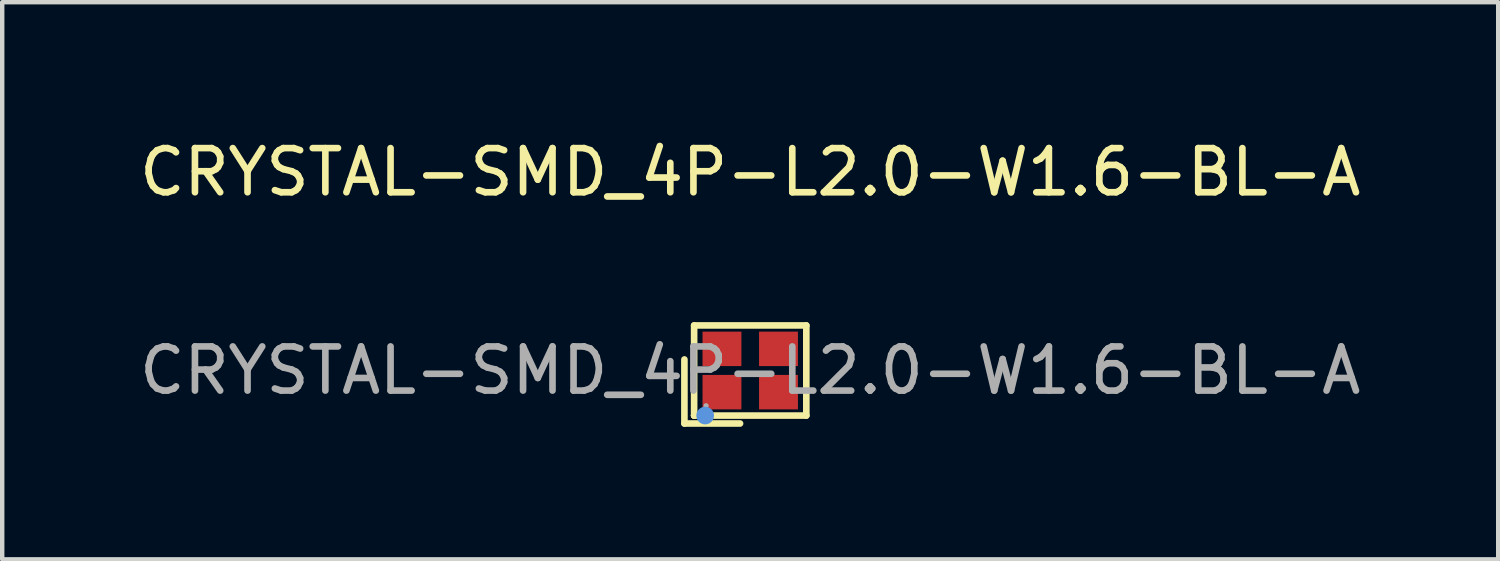
<source format=kicad_pcb>
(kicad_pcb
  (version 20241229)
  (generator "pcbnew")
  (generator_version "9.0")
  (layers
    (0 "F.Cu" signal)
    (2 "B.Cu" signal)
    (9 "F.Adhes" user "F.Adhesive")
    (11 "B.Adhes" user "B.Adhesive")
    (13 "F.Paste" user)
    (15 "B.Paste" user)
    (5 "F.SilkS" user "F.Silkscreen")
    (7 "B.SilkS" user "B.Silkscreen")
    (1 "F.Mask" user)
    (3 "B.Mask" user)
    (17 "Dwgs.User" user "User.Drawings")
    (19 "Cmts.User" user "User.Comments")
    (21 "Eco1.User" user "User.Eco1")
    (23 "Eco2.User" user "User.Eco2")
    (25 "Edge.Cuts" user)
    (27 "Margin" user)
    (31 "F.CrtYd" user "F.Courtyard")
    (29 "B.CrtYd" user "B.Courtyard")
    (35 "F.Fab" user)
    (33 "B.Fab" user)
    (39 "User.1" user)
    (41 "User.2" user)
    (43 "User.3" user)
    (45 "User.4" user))
  (footprint "CRYSTAL-SMD_4P-L2.0-W1.6-BL-A"
    (layer "F.Cu")
    (at 13.935 5.338)
    (property "Reference" "CRYSTAL-SMD_4P-L2.0-W1.6-BL-A" (at 0 -4.49 0) (layer "F.SilkS") (effects (font (size 1 1) (thickness 0.15))))
    (attr smd)
    (fp_line (start -1.49 -0.25) (end -1.49 1.2) (stroke (width 0.15) (type solid)) (layer "F.SilkS"))
    (fp_line (start -1.49 1.2) (end -0.23 1.2) (stroke (width 0.15) (type solid)) (layer "F.SilkS"))
    (fp_line (start -1.27 -1.02) (end 1.27 -1.02) (stroke (width 0.15) (type solid)) (layer "F.SilkS"))
    (fp_line (start -1.27 1.02) (end -1.27 -1.02) (stroke (width 0.15) (type solid)) (layer "F.SilkS"))
    (fp_line (start -1.27 1.02) (end -1.27 1.02) (stroke (width 0.15) (type solid)) (layer "F.SilkS"))
    (fp_line (start -1.27 1.02) (end -1.27 1.02) (stroke (width 0.15) (type solid)) (layer "F.SilkS"))
    (fp_line (start 1.27 -1.02) (end 1.27 1.02) (stroke (width 0.15) (type solid)) (layer "F.SilkS"))
    (fp_line (start 1.27 1.02) (end -1.27 1.02) (stroke (width 0.15) (type solid)) (layer "F.SilkS"))
    (fp_circle (center -1.02 1.02) (end -0.92 1.02) (stroke (width 0.2) (type solid)) (fill no) (layer "Cmts.User"))
    (fp_circle (center -1 0.8) (end -0.97 0.8) (stroke (width 0.06) (type solid)) (fill no) (layer "F.Fab"))
    (fp_text user "${REFERENCE}" (at 0 0 0) (layer "F.Fab") (effects (font (size 1 1) (thickness 0.15))))
    (pad "1" smd rect (at -0.64 0.49) (size 0.88 0.78) (layers "F.Cu" "F.Mask" "F.Paste"))
    (pad "2" smd rect (at 0.64 0.49) (size 0.88 0.78) (layers "F.Cu" "F.Mask" "F.Paste"))
    (pad "3" smd rect (at 0.64 -0.49) (size 0.88 0.78) (layers "F.Cu" "F.Mask" "F.Paste"))
    (pad "4" smd rect (at -0.64 -0.49) (size 0.88 0.78) (layers "F.Cu" "F.Mask" "F.Paste")))
  (gr_rect
    (start -3 -3)
    (end 30.869 9.613)
    (stroke (width 0.1) (type default))
    (fill no)
    (layer "Edge.Cuts")))
</source>
